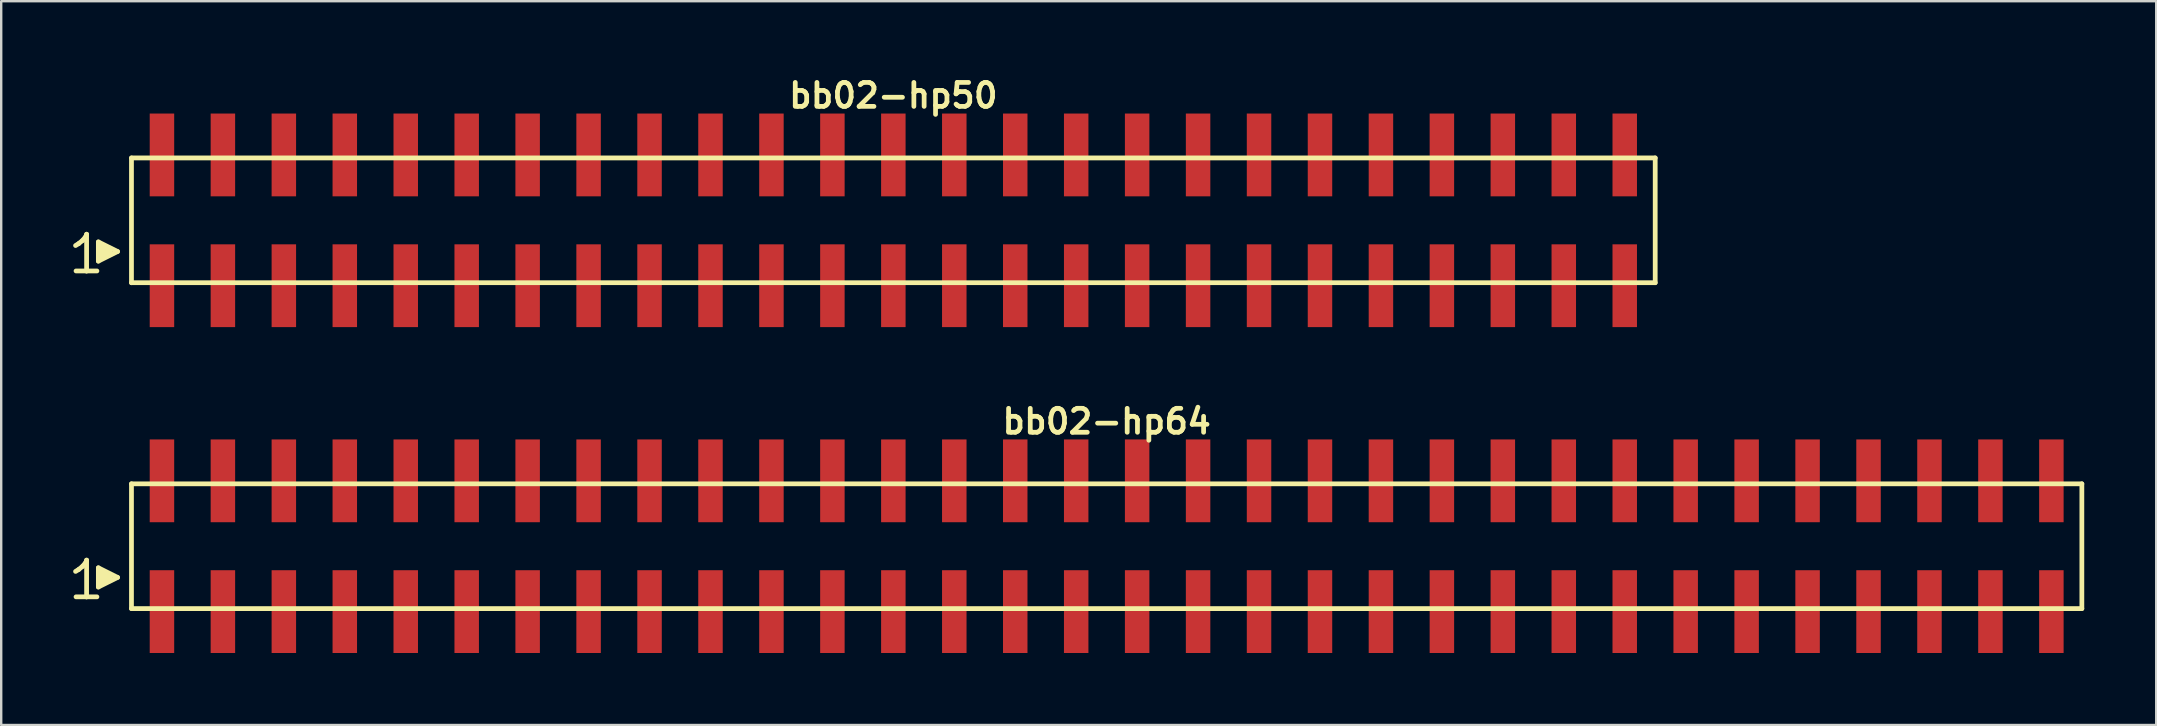
<source format=kicad_pcb>
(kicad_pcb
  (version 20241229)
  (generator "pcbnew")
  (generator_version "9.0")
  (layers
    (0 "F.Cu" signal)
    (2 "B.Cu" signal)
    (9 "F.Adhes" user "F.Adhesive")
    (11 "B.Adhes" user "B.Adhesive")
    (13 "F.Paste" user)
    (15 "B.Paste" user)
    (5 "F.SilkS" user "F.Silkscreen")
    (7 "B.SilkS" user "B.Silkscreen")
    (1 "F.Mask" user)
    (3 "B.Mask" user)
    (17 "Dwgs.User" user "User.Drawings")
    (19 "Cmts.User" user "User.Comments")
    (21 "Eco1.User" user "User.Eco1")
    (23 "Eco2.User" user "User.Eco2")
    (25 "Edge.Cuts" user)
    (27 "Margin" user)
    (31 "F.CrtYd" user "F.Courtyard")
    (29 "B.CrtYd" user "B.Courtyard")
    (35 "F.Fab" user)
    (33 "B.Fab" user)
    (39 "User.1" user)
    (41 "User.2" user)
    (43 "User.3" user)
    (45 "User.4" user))
  (footprint "bb02-hp64"
    (layer "F.Cu")
    (at 43.069 19.713)
    (property "Reference" "bb02-hp64" (at 0 -5.2 0) (layer "F.SilkS") (effects (font (size 0.998 0.998) (thickness 0.198))))
    (attr through_hole)
    (fp_line (start -42.97 1.05) (end -42.84 0.97) (stroke (width 0.198) (type solid)) (layer "F.SilkS"))
    (fp_line (start -42.84 0.97) (end -42.68 0.84) (stroke (width 0.198) (type solid)) (layer "F.SilkS"))
    (fp_line (start -42.68 0.84) (end -42.54 0.67) (stroke (width 0.198) (type solid)) (layer "F.SilkS"))
    (fp_line (start -42.54 0.67) (end -42.51 0.58) (stroke (width 0.198) (type solid)) (layer "F.SilkS"))
    (fp_line (start -42.51 0.58) (end -42.51 2.11) (stroke (width 0.198) (type solid)) (layer "F.SilkS"))
    (fp_line (start -42.51 2.11) (end -42.95 2.11) (stroke (width 0.198) (type solid)) (layer "F.SilkS"))
    (fp_line (start -42.08 2.11) (end -42.52 2.11) (stroke (width 0.198) (type solid)) (layer "F.SilkS"))
    (fp_line (start -42.02 0.9) (end -41.22 1.3) (stroke (width 0.198) (type solid)) (layer "F.SilkS"))
    (fp_line (start -42.02 1.7) (end -42.02 0.9) (stroke (width 0.198) (type solid)) (layer "F.SilkS"))
    (fp_line (start -41.92 1.6) (end -41.92 1) (stroke (width 0.198) (type solid)) (layer "F.SilkS"))
    (fp_line (start -41.82 1.1) (end -41.82 1.5) (stroke (width 0.198) (type solid)) (layer "F.SilkS"))
    (fp_line (start -41.72 1.5) (end -41.72 1.1) (stroke (width 0.198) (type solid)) (layer "F.SilkS"))
    (fp_line (start -41.62 1.2) (end -41.62 1.4) (stroke (width 0.198) (type solid)) (layer "F.SilkS"))
    (fp_line (start -41.52 1.4) (end -41.52 1.2) (stroke (width 0.198) (type solid)) (layer "F.SilkS"))
    (fp_line (start -41.22 1.3) (end -42.02 1.7) (stroke (width 0.198) (type solid)) (layer "F.SilkS"))
    (fp_line (start -40.64 -2.6) (end -40.64 2.6) (stroke (width 0.198) (type solid)) (layer "F.SilkS"))
    (fp_line (start -40.64 -2.6) (end 40.64 -2.6) (stroke (width 0.198) (type solid)) (layer "F.SilkS"))
    (fp_line (start 40.64 2.6) (end -40.64 2.6) (stroke (width 0.198) (type solid)) (layer "F.SilkS"))
    (fp_line (start 40.64 2.6) (end 40.64 -2.6) (stroke (width 0.198) (type solid)) (layer "F.SilkS"))
    (pad "1" smd rect (at -39.37 2.725) (size 1.02 3.45) (layers "F.Cu" "F.Mask" "F.Paste"))
    (pad "2" smd rect (at -39.37 -2.725) (size 1.02 3.45) (layers "F.Cu" "F.Mask" "F.Paste"))
    (pad "3" smd rect (at -36.83 2.725) (size 1.02 3.45) (layers "F.Cu" "F.Mask" "F.Paste"))
    (pad "4" smd rect (at -36.83 -2.725) (size 1.02 3.45) (layers "F.Cu" "F.Mask" "F.Paste"))
    (pad "5" smd rect (at -34.29 2.725) (size 1.02 3.45) (layers "F.Cu" "F.Mask" "F.Paste"))
    (pad "6" smd rect (at -34.29 -2.725) (size 1.02 3.45) (layers "F.Cu" "F.Mask" "F.Paste"))
    (pad "7" smd rect (at -31.75 2.725) (size 1.02 3.45) (layers "F.Cu" "F.Mask" "F.Paste"))
    (pad "8" smd rect (at -31.75 -2.725) (size 1.02 3.45) (layers "F.Cu" "F.Mask" "F.Paste"))
    (pad "9" smd rect (at -29.21 2.725) (size 1.02 3.45) (layers "F.Cu" "F.Mask" "F.Paste"))
    (pad "10" smd rect (at -29.21 -2.725) (size 1.02 3.45) (layers "F.Cu" "F.Mask" "F.Paste"))
    (pad "11" smd rect (at -26.67 2.725) (size 1.02 3.45) (layers "F.Cu" "F.Mask" "F.Paste"))
    (pad "12" smd rect (at -26.67 -2.725) (size 1.02 3.45) (layers "F.Cu" "F.Mask" "F.Paste"))
    (pad "13" smd rect (at -24.13 2.725) (size 1.02 3.45) (layers "F.Cu" "F.Mask" "F.Paste"))
    (pad "14" smd rect (at -24.13 -2.725) (size 1.02 3.45) (layers "F.Cu" "F.Mask" "F.Paste"))
    (pad "15" smd rect (at -21.59 2.725) (size 1.02 3.45) (layers "F.Cu" "F.Mask" "F.Paste"))
    (pad "16" smd rect (at -21.59 -2.725) (size 1.02 3.45) (layers "F.Cu" "F.Mask" "F.Paste"))
    (pad "17" smd rect (at -19.05 2.725) (size 1.02 3.45) (layers "F.Cu" "F.Mask" "F.Paste"))
    (pad "18" smd rect (at -19.05 -2.725) (size 1.02 3.45) (layers "F.Cu" "F.Mask" "F.Paste"))
    (pad "19" smd rect (at -16.51 2.725) (size 1.02 3.45) (layers "F.Cu" "F.Mask" "F.Paste"))
    (pad "20" smd rect (at -16.51 -2.725) (size 1.02 3.45) (layers "F.Cu" "F.Mask" "F.Paste"))
    (pad "21" smd rect (at -13.97 2.725) (size 1.02 3.45) (layers "F.Cu" "F.Mask" "F.Paste"))
    (pad "22" smd rect (at -13.97 -2.725) (size 1.02 3.45) (layers "F.Cu" "F.Mask" "F.Paste"))
    (pad "23" smd rect (at -11.43 2.725) (size 1.02 3.45) (layers "F.Cu" "F.Mask" "F.Paste"))
    (pad "24" smd rect (at -11.43 -2.725) (size 1.02 3.45) (layers "F.Cu" "F.Mask" "F.Paste"))
    (pad "25" smd rect (at -8.89 2.725) (size 1.02 3.45) (layers "F.Cu" "F.Mask" "F.Paste"))
    (pad "26" smd rect (at -8.89 -2.725) (size 1.02 3.45) (layers "F.Cu" "F.Mask" "F.Paste"))
    (pad "27" smd rect (at -6.35 2.725) (size 1.02 3.45) (layers "F.Cu" "F.Mask" "F.Paste"))
    (pad "28" smd rect (at -6.35 -2.725) (size 1.02 3.45) (layers "F.Cu" "F.Mask" "F.Paste"))
    (pad "29" smd rect (at -3.81 2.725) (size 1.02 3.45) (layers "F.Cu" "F.Mask" "F.Paste"))
    (pad "30" smd rect (at -3.81 -2.725) (size 1.02 3.45) (layers "F.Cu" "F.Mask" "F.Paste"))
    (pad "31" smd rect (at -1.27 2.725) (size 1.02 3.45) (layers "F.Cu" "F.Mask" "F.Paste"))
    (pad "32" smd rect (at -1.27 -2.725) (size 1.02 3.45) (layers "F.Cu" "F.Mask" "F.Paste"))
    (pad "33" smd rect (at 1.27 2.725) (size 1.02 3.45) (layers "F.Cu" "F.Mask" "F.Paste"))
    (pad "34" smd rect (at 1.27 -2.725) (size 1.02 3.45) (layers "F.Cu" "F.Mask" "F.Paste"))
    (pad "35" smd rect (at 3.81 2.725) (size 1.02 3.45) (layers "F.Cu" "F.Mask" "F.Paste"))
    (pad "36" smd rect (at 3.81 -2.725) (size 1.02 3.45) (layers "F.Cu" "F.Mask" "F.Paste"))
    (pad "37" smd rect (at 6.35 2.725) (size 1.02 3.45) (layers "F.Cu" "F.Mask" "F.Paste"))
    (pad "38" smd rect (at 6.35 -2.725) (size 1.02 3.45) (layers "F.Cu" "F.Mask" "F.Paste"))
    (pad "39" smd rect (at 8.89 2.725) (size 1.02 3.45) (layers "F.Cu" "F.Mask" "F.Paste"))
    (pad "40" smd rect (at 8.89 -2.725) (size 1.02 3.45) (layers "F.Cu" "F.Mask" "F.Paste"))
    (pad "41" smd rect (at 11.43 2.725) (size 1.02 3.45) (layers "F.Cu" "F.Mask" "F.Paste"))
    (pad "42" smd rect (at 11.43 -2.725) (size 1.02 3.45) (layers "F.Cu" "F.Mask" "F.Paste"))
    (pad "43" smd rect (at 13.97 2.725) (size 1.02 3.45) (layers "F.Cu" "F.Mask" "F.Paste"))
    (pad "44" smd rect (at 13.97 -2.725) (size 1.02 3.45) (layers "F.Cu" "F.Mask" "F.Paste"))
    (pad "45" smd rect (at 16.51 2.725) (size 1.02 3.45) (layers "F.Cu" "F.Mask" "F.Paste"))
    (pad "46" smd rect (at 16.51 -2.725) (size 1.02 3.45) (layers "F.Cu" "F.Mask" "F.Paste"))
    (pad "47" smd rect (at 19.05 2.725) (size 1.02 3.45) (layers "F.Cu" "F.Mask" "F.Paste"))
    (pad "48" smd rect (at 19.05 -2.725) (size 1.02 3.45) (layers "F.Cu" "F.Mask" "F.Paste"))
    (pad "49" smd rect (at 21.59 2.725) (size 1.02 3.45) (layers "F.Cu" "F.Mask" "F.Paste"))
    (pad "50" smd rect (at 21.59 -2.725) (size 1.02 3.45) (layers "F.Cu" "F.Mask" "F.Paste"))
    (pad "51" smd rect (at 24.13 2.725) (size 1.02 3.45) (layers "F.Cu" "F.Mask" "F.Paste"))
    (pad "52" smd rect (at 24.13 -2.725) (size 1.02 3.45) (layers "F.Cu" "F.Mask" "F.Paste"))
    (pad "53" smd rect (at 26.67 2.725) (size 1.02 3.45) (layers "F.Cu" "F.Mask" "F.Paste"))
    (pad "54" smd rect (at 26.67 -2.725) (size 1.02 3.45) (layers "F.Cu" "F.Mask" "F.Paste"))
    (pad "55" smd rect (at 29.21 2.725) (size 1.02 3.45) (layers "F.Cu" "F.Mask" "F.Paste"))
    (pad "56" smd rect (at 29.21 -2.725) (size 1.02 3.45) (layers "F.Cu" "F.Mask" "F.Paste"))
    (pad "57" smd rect (at 31.75 2.725) (size 1.02 3.45) (layers "F.Cu" "F.Mask" "F.Paste"))
    (pad "58" smd rect (at 31.75 -2.725) (size 1.02 3.45) (layers "F.Cu" "F.Mask" "F.Paste"))
    (pad "59" smd rect (at 34.29 2.725) (size 1.02 3.45) (layers "F.Cu" "F.Mask" "F.Paste"))
    (pad "60" smd rect (at 34.29 -2.725) (size 1.02 3.45) (layers "F.Cu" "F.Mask" "F.Paste"))
    (pad "61" smd rect (at 36.83 2.725) (size 1.02 3.45) (layers "F.Cu" "F.Mask" "F.Paste"))
    (pad "62" smd rect (at 36.83 -2.725) (size 1.02 3.45) (layers "F.Cu" "F.Mask" "F.Paste"))
    (pad "63" smd rect (at 39.37 2.725) (size 1.02 3.45) (layers "F.Cu" "F.Mask" "F.Paste"))
    (pad "64" smd rect (at 39.37 -2.725) (size 1.02 3.45) (layers "F.Cu" "F.Mask" "F.Paste")))
  (footprint "bb02-hp50"
    (layer "F.Cu")
    (at 34.179 6.132)
    (property "Reference" "bb02-hp50" (at 0 -5.2 0) (layer "F.SilkS") (effects (font (size 0.998 0.998) (thickness 0.198))))
    (attr through_hole)
    (fp_line (start -34.08 1.05) (end -33.95 0.97) (stroke (width 0.198) (type solid)) (layer "F.SilkS"))
    (fp_line (start -33.95 0.97) (end -33.79 0.84) (stroke (width 0.198) (type solid)) (layer "F.SilkS"))
    (fp_line (start -33.79 0.84) (end -33.65 0.67) (stroke (width 0.198) (type solid)) (layer "F.SilkS"))
    (fp_line (start -33.65 0.67) (end -33.62 0.58) (stroke (width 0.198) (type solid)) (layer "F.SilkS"))
    (fp_line (start -33.62 0.58) (end -33.62 2.11) (stroke (width 0.198) (type solid)) (layer "F.SilkS"))
    (fp_line (start -33.62 2.11) (end -34.06 2.11) (stroke (width 0.198) (type solid)) (layer "F.SilkS"))
    (fp_line (start -33.19 2.11) (end -33.63 2.11) (stroke (width 0.198) (type solid)) (layer "F.SilkS"))
    (fp_line (start -33.13 0.9) (end -32.33 1.3) (stroke (width 0.198) (type solid)) (layer "F.SilkS"))
    (fp_line (start -33.13 1.7) (end -33.13 0.9) (stroke (width 0.198) (type solid)) (layer "F.SilkS"))
    (fp_line (start -33.03 1.6) (end -33.03 1) (stroke (width 0.198) (type solid)) (layer "F.SilkS"))
    (fp_line (start -32.93 1.1) (end -32.93 1.5) (stroke (width 0.198) (type solid)) (layer "F.SilkS"))
    (fp_line (start -32.83 1.5) (end -32.83 1.1) (stroke (width 0.198) (type solid)) (layer "F.SilkS"))
    (fp_line (start -32.73 1.2) (end -32.73 1.4) (stroke (width 0.198) (type solid)) (layer "F.SilkS"))
    (fp_line (start -32.63 1.4) (end -32.63 1.2) (stroke (width 0.198) (type solid)) (layer "F.SilkS"))
    (fp_line (start -32.33 1.3) (end -33.13 1.7) (stroke (width 0.198) (type solid)) (layer "F.SilkS"))
    (fp_line (start -31.75 -2.6) (end -31.75 2.6) (stroke (width 0.198) (type solid)) (layer "F.SilkS"))
    (fp_line (start -31.75 -2.6) (end 31.75 -2.6) (stroke (width 0.198) (type solid)) (layer "F.SilkS"))
    (fp_line (start 31.75 2.6) (end -31.75 2.6) (stroke (width 0.198) (type solid)) (layer "F.SilkS"))
    (fp_line (start 31.75 2.6) (end 31.75 -2.6) (stroke (width 0.198) (type solid)) (layer "F.SilkS"))
    (pad "1" smd rect (at -30.48 2.725) (size 1.02 3.45) (layers "F.Cu" "F.Mask" "F.Paste"))
    (pad "2" smd rect (at -30.48 -2.725) (size 1.02 3.45) (layers "F.Cu" "F.Mask" "F.Paste"))
    (pad "3" smd rect (at -27.94 2.725) (size 1.02 3.45) (layers "F.Cu" "F.Mask" "F.Paste"))
    (pad "4" smd rect (at -27.94 -2.725) (size 1.02 3.45) (layers "F.Cu" "F.Mask" "F.Paste"))
    (pad "5" smd rect (at -25.4 2.725) (size 1.02 3.45) (layers "F.Cu" "F.Mask" "F.Paste"))
    (pad "6" smd rect (at -25.4 -2.725) (size 1.02 3.45) (layers "F.Cu" "F.Mask" "F.Paste"))
    (pad "7" smd rect (at -22.86 2.725) (size 1.02 3.45) (layers "F.Cu" "F.Mask" "F.Paste"))
    (pad "8" smd rect (at -22.86 -2.725) (size 1.02 3.45) (layers "F.Cu" "F.Mask" "F.Paste"))
    (pad "9" smd rect (at -20.32 2.725) (size 1.02 3.45) (layers "F.Cu" "F.Mask" "F.Paste"))
    (pad "10" smd rect (at -20.32 -2.725) (size 1.02 3.45) (layers "F.Cu" "F.Mask" "F.Paste"))
    (pad "11" smd rect (at -17.78 2.725) (size 1.02 3.45) (layers "F.Cu" "F.Mask" "F.Paste"))
    (pad "12" smd rect (at -17.78 -2.725) (size 1.02 3.45) (layers "F.Cu" "F.Mask" "F.Paste"))
    (pad "13" smd rect (at -15.24 2.725) (size 1.02 3.45) (layers "F.Cu" "F.Mask" "F.Paste"))
    (pad "14" smd rect (at -15.24 -2.725) (size 1.02 3.45) (layers "F.Cu" "F.Mask" "F.Paste"))
    (pad "15" smd rect (at -12.7 2.725) (size 1.02 3.45) (layers "F.Cu" "F.Mask" "F.Paste"))
    (pad "16" smd rect (at -12.7 -2.725) (size 1.02 3.45) (layers "F.Cu" "F.Mask" "F.Paste"))
    (pad "17" smd rect (at -10.16 2.725) (size 1.02 3.45) (layers "F.Cu" "F.Mask" "F.Paste"))
    (pad "18" smd rect (at -10.16 -2.725) (size 1.02 3.45) (layers "F.Cu" "F.Mask" "F.Paste"))
    (pad "19" smd rect (at -7.62 2.725) (size 1.02 3.45) (layers "F.Cu" "F.Mask" "F.Paste"))
    (pad "20" smd rect (at -7.62 -2.725) (size 1.02 3.45) (layers "F.Cu" "F.Mask" "F.Paste"))
    (pad "21" smd rect (at -5.08 2.725) (size 1.02 3.45) (layers "F.Cu" "F.Mask" "F.Paste"))
    (pad "22" smd rect (at -5.08 -2.725) (size 1.02 3.45) (layers "F.Cu" "F.Mask" "F.Paste"))
    (pad "23" smd rect (at -2.54 2.725) (size 1.02 3.45) (layers "F.Cu" "F.Mask" "F.Paste"))
    (pad "24" smd rect (at -2.54 -2.725) (size 1.02 3.45) (layers "F.Cu" "F.Mask" "F.Paste"))
    (pad "25" smd rect (at 0 2.725) (size 1.02 3.45) (layers "F.Cu" "F.Mask" "F.Paste"))
    (pad "26" smd rect (at 0 -2.725) (size 1.02 3.45) (layers "F.Cu" "F.Mask" "F.Paste"))
    (pad "27" smd rect (at 2.54 2.725) (size 1.02 3.45) (layers "F.Cu" "F.Mask" "F.Paste"))
    (pad "28" smd rect (at 2.54 -2.725) (size 1.02 3.45) (layers "F.Cu" "F.Mask" "F.Paste"))
    (pad "29" smd rect (at 5.08 2.725) (size 1.02 3.45) (layers "F.Cu" "F.Mask" "F.Paste"))
    (pad "30" smd rect (at 5.08 -2.725) (size 1.02 3.45) (layers "F.Cu" "F.Mask" "F.Paste"))
    (pad "31" smd rect (at 7.62 2.725) (size 1.02 3.45) (layers "F.Cu" "F.Mask" "F.Paste"))
    (pad "32" smd rect (at 7.62 -2.725) (size 1.02 3.45) (layers "F.Cu" "F.Mask" "F.Paste"))
    (pad "33" smd rect (at 10.16 2.725) (size 1.02 3.45) (layers "F.Cu" "F.Mask" "F.Paste"))
    (pad "34" smd rect (at 10.16 -2.725) (size 1.02 3.45) (layers "F.Cu" "F.Mask" "F.Paste"))
    (pad "35" smd rect (at 12.7 2.725) (size 1.02 3.45) (layers "F.Cu" "F.Mask" "F.Paste"))
    (pad "36" smd rect (at 12.7 -2.725) (size 1.02 3.45) (layers "F.Cu" "F.Mask" "F.Paste"))
    (pad "37" smd rect (at 15.24 2.725) (size 1.02 3.45) (layers "F.Cu" "F.Mask" "F.Paste"))
    (pad "38" smd rect (at 15.24 -2.725) (size 1.02 3.45) (layers "F.Cu" "F.Mask" "F.Paste"))
    (pad "39" smd rect (at 17.78 2.725) (size 1.02 3.45) (layers "F.Cu" "F.Mask" "F.Paste"))
    (pad "40" smd rect (at 17.78 -2.725) (size 1.02 3.45) (layers "F.Cu" "F.Mask" "F.Paste"))
    (pad "41" smd rect (at 20.32 2.725) (size 1.02 3.45) (layers "F.Cu" "F.Mask" "F.Paste"))
    (pad "42" smd rect (at 20.32 -2.725) (size 1.02 3.45) (layers "F.Cu" "F.Mask" "F.Paste"))
    (pad "43" smd rect (at 22.86 2.725) (size 1.02 3.45) (layers "F.Cu" "F.Mask" "F.Paste"))
    (pad "44" smd rect (at 22.86 -2.725) (size 1.02 3.45) (layers "F.Cu" "F.Mask" "F.Paste"))
    (pad "45" smd rect (at 25.4 2.725) (size 1.02 3.45) (layers "F.Cu" "F.Mask" "F.Paste"))
    (pad "46" smd rect (at 25.4 -2.725) (size 1.02 3.45) (layers "F.Cu" "F.Mask" "F.Paste"))
    (pad "47" smd rect (at 27.94 2.725) (size 1.02 3.45) (layers "F.Cu" "F.Mask" "F.Paste"))
    (pad "48" smd rect (at 27.94 -2.725) (size 1.02 3.45) (layers "F.Cu" "F.Mask" "F.Paste"))
    (pad "49" smd rect (at 30.48 2.725) (size 1.02 3.45) (layers "F.Cu" "F.Mask" "F.Paste"))
    (pad "50" smd rect (at 30.48 -2.725) (size 1.02 3.45) (layers "F.Cu" "F.Mask" "F.Paste")))
  (gr_rect
    (start -3 -3)
    (end 86.808 27.163)
    (stroke (width 0.1) (type default))
    (fill no)
    (layer "Edge.Cuts")))
</source>
